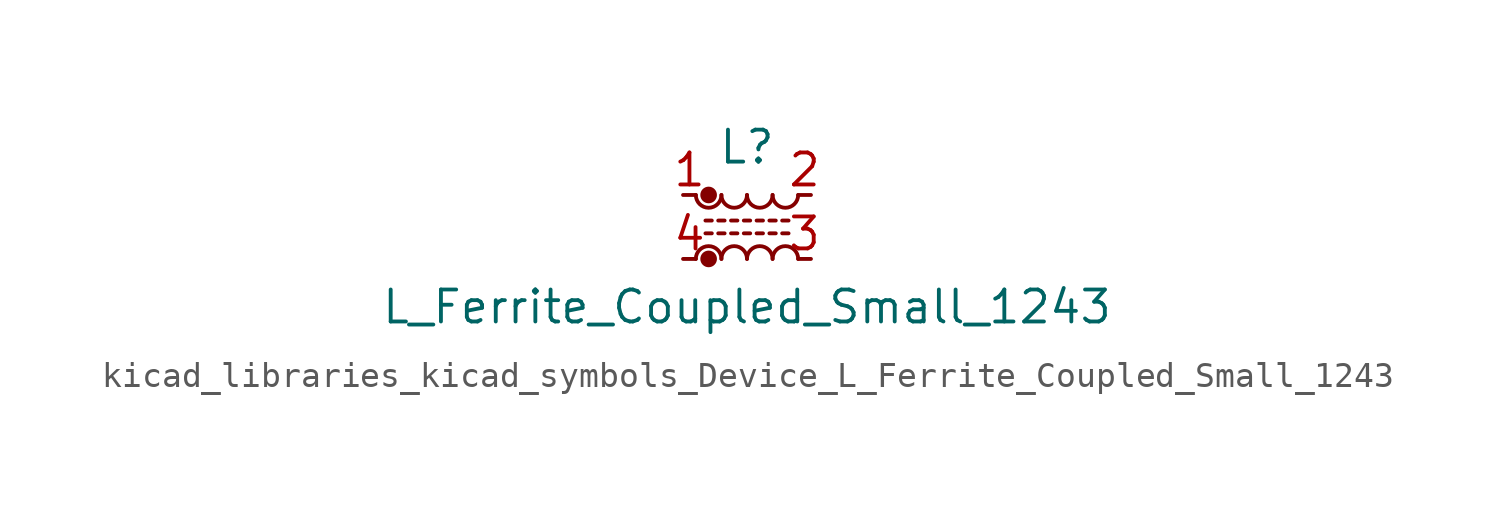
<source format=kicad_sym>
(kicad_symbol_lib
  (version 20220914)
  (generator kicad_symbol_editor)
  (symbol "kicad_libraries_kicad_symbols_Device_L_Ferrite_Coupled_Small_1243"
    (pin_names
      (offset 0.254) hide)
    (property "Reference" "L"
      (at 0 3.175 0)
      (effects (font (size 1.27 1.27))))
    (property "Value" "L_Ferrite_Coupled_Small_1243"
      (at 0 -3.175 0)
      (effects (font (size 1.27 1.27))))
    (symbol "kicad_libraries_kicad_symbols_Device_L_Ferrite_Coupled_Small_1243_0_1"
      (arc (start -2.032 1.27) (mid -1.524 0.7642) (end -1.016 1.27) (stroke (width 0) (type default)) (fill (type none)))
      (circle (center -1.524 -1.27) (radius 0.254) (stroke (width 0) (type default)) (fill (type outline)))
      (circle (center -1.524 1.27) (radius 0.254) (stroke (width 0) (type default)) (fill (type outline)))
      (arc (start -1.016 -1.27) (mid -1.524 -0.7642) (end -2.032 -1.27) (stroke (width 0) (type default)) (fill (type none)))
      (arc (start -1.016 1.27) (mid -0.508 0.7642) (end 0 1.27) (stroke (width 0) (type default)) (fill (type none)))
      (arc (start 0 -1.27) (mid -0.508 -0.7642) (end -1.016 -1.27) (stroke (width 0) (type default)) (fill (type none)))
      (polyline (pts (xy -1.651 0.254) (xy -1.397 0.254)) (stroke (width 0) (type default)) (fill (type none)))
      (polyline (pts (xy -1.397 -0.254) (xy -1.651 -0.254)) (stroke (width 0) (type default)) (fill (type none)))
      (polyline (pts (xy -1.143 0.254) (xy -0.889 0.254)) (stroke (width 0) (type default)) (fill (type none)))
      (polyline (pts (xy -0.889 -0.254) (xy -1.143 -0.254)) (stroke (width 0) (type default)) (fill (type none)))
      (polyline (pts (xy -0.635 0.254) (xy -0.381 0.254)) (stroke (width 0) (type default)) (fill (type none)))
      (polyline (pts (xy -0.381 -0.254) (xy -0.635 -0.254)) (stroke (width 0) (type default)) (fill (type none)))
      (polyline (pts (xy -0.127 0.254) (xy 0.127 0.254)) (stroke (width 0) (type default)) (fill (type none)))
      (polyline (pts (xy 0.127 -0.254) (xy -0.127 -0.254)) (stroke (width 0) (type default)) (fill (type none)))
      (polyline (pts (xy 0.381 0.254) (xy 0.635 0.254)) (stroke (width 0) (type default)) (fill (type none)))
      (polyline (pts (xy 0.635 -0.254) (xy 0.381 -0.254)) (stroke (width 0) (type default)) (fill (type none)))
      (polyline (pts (xy 0.889 0.254) (xy 1.143 0.254)) (stroke (width 0) (type default)) (fill (type none)))
      (polyline (pts (xy 1.143 -0.254) (xy 0.889 -0.254)) (stroke (width 0) (type default)) (fill (type none)))
      (polyline (pts (xy 1.397 0.254) (xy 1.651 0.254)) (stroke (width 0) (type default)) (fill (type none)))
      (polyline (pts (xy 1.651 -0.254) (xy 1.397 -0.254)) (stroke (width 0) (type default)) (fill (type none)))
      (arc (start 0 1.27) (mid 0.508 0.7642) (end 1.016 1.27) (stroke (width 0) (type default)) (fill (type none)))
      (arc (start 1.016 -1.27) (mid 0.508 -0.7642) (end 0 -1.27) (stroke (width 0) (type default)) (fill (type none)))
      (arc (start 1.016 1.27) (mid 1.524 0.7642) (end 2.032 1.27) (stroke (width 0) (type default)) (fill (type none)))
      (arc (start 2.032 -1.27) (mid 1.524 -0.7642) (end 1.016 -1.27) (stroke (width 0) (type default)) (fill (type none))))
    (symbol "kicad_libraries_kicad_symbols_Device_L_Ferrite_Coupled_Small_1243_1_1"
      (pin passive line (at -2.54 1.27 0) (length 0.508) (name "1" (effects (font (size 1.27 1.27)))) (number "1" (effects (font (size 1.27 1.27)))))
      (pin passive line (at 2.54 1.27 180) (length 0.508) (name "2" (effects (font (size 1.27 1.27)))) (number "2" (effects (font (size 1.27 1.27)))))
      (pin passive line (at 2.54 -1.27 180) (length 0.508) (name "3" (effects (font (size 1.27 1.27)))) (number "3" (effects (font (size 1.27 1.27)))))
      (pin passive line (at -2.54 -1.27 0) (length 0.508) (name "4" (effects (font (size 1.27 1.27)))) (number "4" (effects (font (size 1.27 1.27))))))))
</source>
